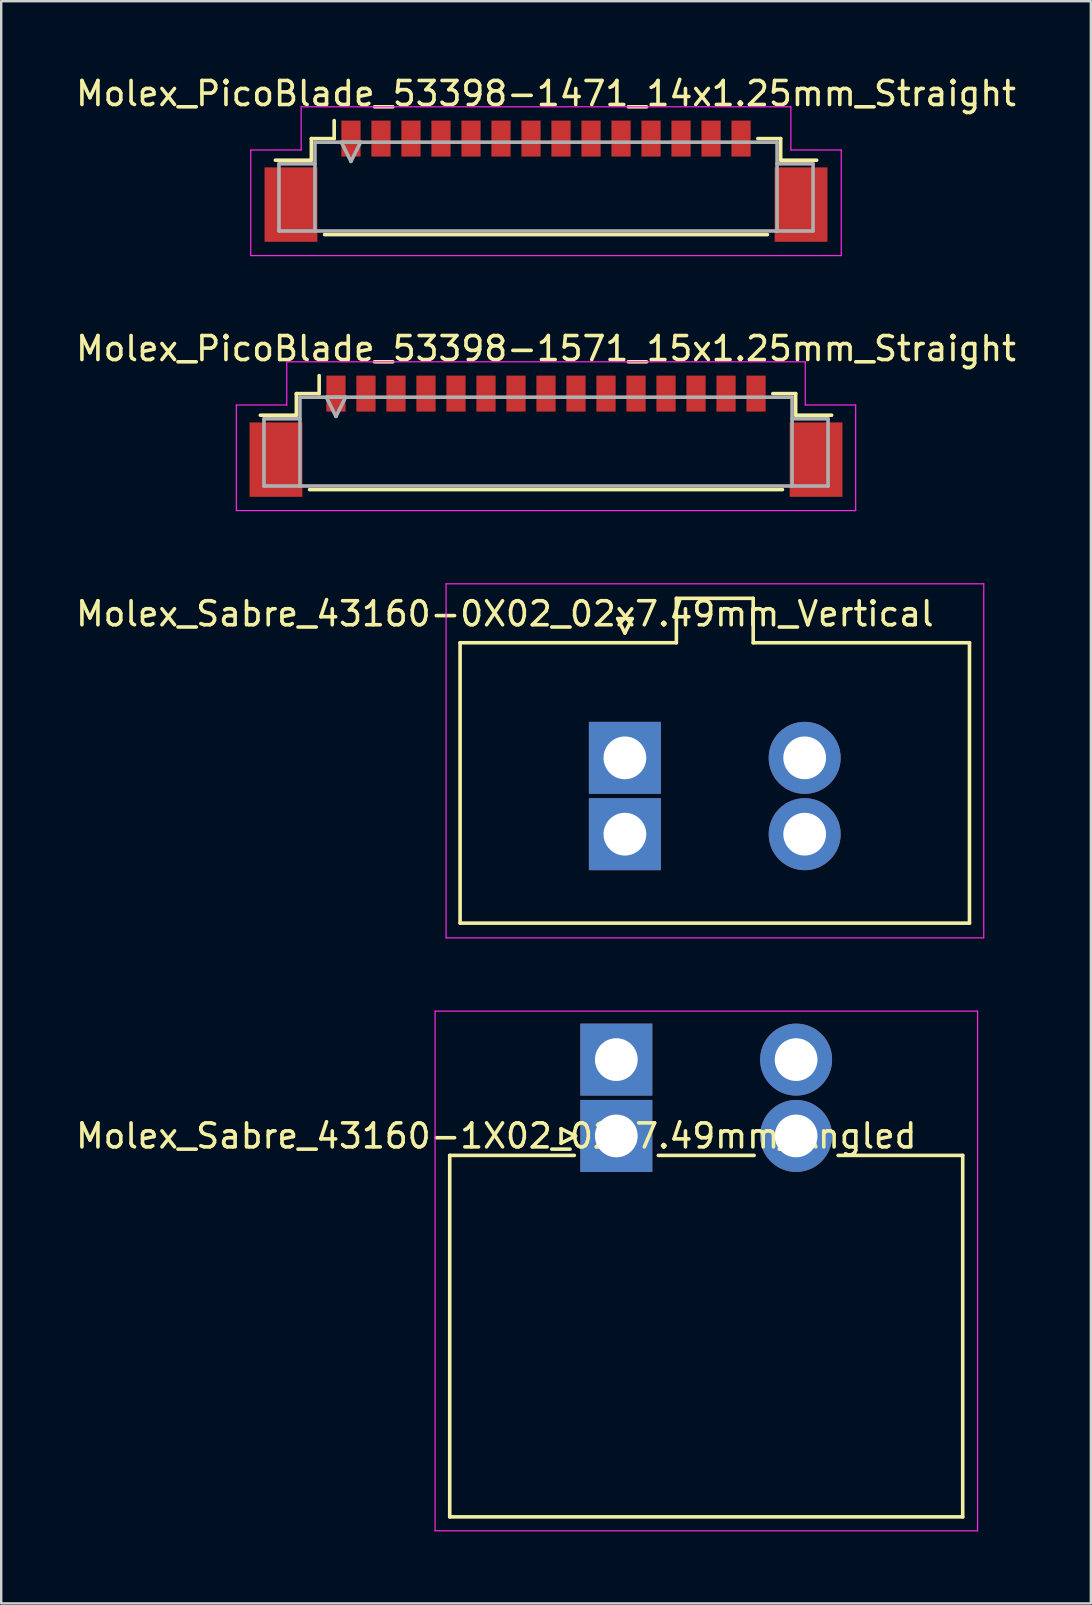
<source format=kicad_pcb>
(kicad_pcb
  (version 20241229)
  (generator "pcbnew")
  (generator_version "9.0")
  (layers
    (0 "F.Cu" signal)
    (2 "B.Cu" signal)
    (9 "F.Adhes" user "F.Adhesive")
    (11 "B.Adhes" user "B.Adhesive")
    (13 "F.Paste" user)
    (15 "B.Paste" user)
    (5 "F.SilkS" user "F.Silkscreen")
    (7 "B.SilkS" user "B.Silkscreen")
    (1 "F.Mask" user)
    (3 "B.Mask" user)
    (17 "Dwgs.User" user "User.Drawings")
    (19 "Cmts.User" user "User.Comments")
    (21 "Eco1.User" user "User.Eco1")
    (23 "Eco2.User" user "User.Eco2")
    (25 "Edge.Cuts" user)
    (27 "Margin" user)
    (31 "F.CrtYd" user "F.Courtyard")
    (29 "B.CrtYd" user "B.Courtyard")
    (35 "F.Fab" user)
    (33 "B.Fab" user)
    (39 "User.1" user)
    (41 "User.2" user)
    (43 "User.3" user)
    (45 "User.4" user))
  (footprint "Molex_Sabre_43160-1X02_02x7.49mm_Angled"
    (layer "F.Cu")
    (at 22.625 44.272)
    (property "Reference" "Molex_Sabre_43160-1X02_02x7.49mm_Angled" (at -5 0 0) (layer "F.SilkS") (effects (font (size 1 1) (thickness 0.15))))
    (attr through_hole)
    (fp_line (start -6.94 0.81) (end -6.94 15.87) (stroke (width 0.15) (type solid)) (layer "F.SilkS"))
    (fp_line (start -6.94 0.81) (end -1.75 0.81) (stroke (width 0.15) (type solid)) (layer "F.SilkS"))
    (fp_line (start -6.94 15.87) (end 14.43 15.87) (stroke (width 0.15) (type solid)) (layer "F.SilkS"))
    (fp_line (start -2.3 -0.3) (end -1.7 0) (stroke (width 0.15) (type solid)) (layer "F.SilkS"))
    (fp_line (start -2.3 0.3) (end -2.3 -0.3) (stroke (width 0.15) (type solid)) (layer "F.SilkS"))
    (fp_line (start -1.7 0) (end -2.3 0.3) (stroke (width 0.15) (type solid)) (layer "F.SilkS"))
    (fp_line (start 1.75 0.81) (end 5.74 0.81) (stroke (width 0.15) (type solid)) (layer "F.SilkS"))
    (fp_line (start 9.24 0.81) (end 14.43 0.81) (stroke (width 0.15) (type solid)) (layer "F.SilkS"))
    (fp_line (start 14.43 15.87) (end 14.43 0.81) (stroke (width 0.15) (type solid)) (layer "F.SilkS"))
    (fp_line (start -7.55 -5.2) (end -7.55 16.45) (stroke (width 0.05) (type solid)) (layer "F.CrtYd"))
    (fp_line (start -7.55 16.45) (end 15.05 16.45) (stroke (width 0.05) (type solid)) (layer "F.CrtYd"))
    (fp_line (start 15.05 -5.2) (end -7.55 -5.2) (stroke (width 0.05) (type solid)) (layer "F.CrtYd"))
    (fp_line (start 15.05 16.45) (end 15.05 -5.2) (stroke (width 0.05) (type solid)) (layer "F.CrtYd"))
    (pad "1" thru_hole rect (at 0 -3.18) (size 3 3) (drill 1.78) (layers "*.Cu" "*.Mask"))
    (pad "1" thru_hole rect (at 0 0) (size 3 3) (drill 1.78) (layers "*.Cu" "*.Mask"))
    (pad "2" thru_hole circle (at 7.49 -3.18) (size 3 3) (drill 1.78) (layers "*.Cu" "*.Mask"))
    (pad "2" thru_hole circle (at 7.49 0) (size 3 3) (drill 1.78) (layers "*.Cu" "*.Mask")))
  (footprint "Molex_Sabre_43160-0X02_02x7.49mm_Vertical"
    (layer "F.Cu")
    (at 22.982 28.521)
    (property "Reference" "Molex_Sabre_43160-0X02_02x7.49mm_Vertical" (at -5 -6 0) (layer "F.SilkS") (effects (font (size 1 1) (thickness 0.15))))
    (attr through_hole)
    (fp_line (start -6.865 -4.795) (end 2.145 -4.795) (stroke (width 0.15) (type solid)) (layer "F.SilkS"))
    (fp_line (start -6.865 6.885) (end -6.865 -4.795) (stroke (width 0.15) (type solid)) (layer "F.SilkS"))
    (fp_line (start -0.3 -5.8) (end 0 -5.2) (stroke (width 0.15) (type solid)) (layer "F.SilkS"))
    (fp_line (start 0 -5.2) (end 0.3 -5.8) (stroke (width 0.15) (type solid)) (layer "F.SilkS"))
    (fp_line (start 0.3 -5.8) (end -0.3 -5.8) (stroke (width 0.15) (type solid)) (layer "F.SilkS"))
    (fp_line (start 2.145 -6.645) (end 5.345 -6.645) (stroke (width 0.15) (type solid)) (layer "F.SilkS"))
    (fp_line (start 2.145 -4.795) (end 2.145 -6.645) (stroke (width 0.15) (type solid)) (layer "F.SilkS"))
    (fp_line (start 5.345 -6.645) (end 5.345 -4.795) (stroke (width 0.15) (type solid)) (layer "F.SilkS"))
    (fp_line (start 5.345 -4.795) (end 14.355 -4.795) (stroke (width 0.15) (type solid)) (layer "F.SilkS"))
    (fp_line (start 14.355 -4.795) (end 14.355 6.885) (stroke (width 0.15) (type solid)) (layer "F.SilkS"))
    (fp_line (start 14.355 6.885) (end -6.865 6.885) (stroke (width 0.15) (type solid)) (layer "F.SilkS"))
    (fp_line (start -7.45 -7.25) (end -7.45 7.5) (stroke (width 0.05) (type solid)) (layer "F.CrtYd"))
    (fp_line (start -7.45 7.5) (end 14.95 7.5) (stroke (width 0.05) (type solid)) (layer "F.CrtYd"))
    (fp_line (start 14.95 -7.25) (end -7.45 -7.25) (stroke (width 0.05) (type solid)) (layer "F.CrtYd"))
    (fp_line (start 14.95 7.5) (end 14.95 -7.25) (stroke (width 0.05) (type solid)) (layer "F.CrtYd"))
    (pad "1" thru_hole rect (at 0 0) (size 3 3) (drill 1.78) (layers "*.Cu" "*.Mask"))
    (pad "1" thru_hole rect (at 0 3.18) (size 3 3) (drill 1.78) (layers "*.Cu" "*.Mask"))
    (pad "2" thru_hole circle (at 7.49 0) (size 3 3) (drill 1.78) (layers "*.Cu" "*.Mask"))
    (pad "2" thru_hole circle (at 7.49 3.18) (size 3 3) (drill 1.78) (layers "*.Cu" "*.Mask")))
  (footprint "Molex_PicoBlade_53398-1571_15x1.25mm_Straight"
    (layer "F.Cu")
    (at 19.696 14.722)
    (property "Reference" "Molex_PicoBlade_53398-1571_15x1.25mm_Straight" (at 0 -3.25 0) (layer "F.SilkS") (effects (font (size 1 1) (thickness 0.15))))
    (attr smd)
    (fp_line (start -10.4 -1.375) (end -10.4 -0.475) (stroke (width 0.15) (type solid)) (layer "F.SilkS"))
    (fp_line (start -10.4 -0.475) (end -11.9 -0.475) (stroke (width 0.15) (type solid)) (layer "F.SilkS"))
    (fp_line (start -9.85 2.625) (end 9.85 2.625) (stroke (width 0.15) (type solid)) (layer "F.SilkS"))
    (fp_line (start -9.45 -1.375) (end -10.4 -1.375) (stroke (width 0.15) (type solid)) (layer "F.SilkS"))
    (fp_line (start -9.45 -1.375) (end -9.45 -2.125) (stroke (width 0.15) (type solid)) (layer "F.SilkS"))
    (fp_line (start 9.45 -1.375) (end 10.4 -1.375) (stroke (width 0.15) (type solid)) (layer "F.SilkS"))
    (fp_line (start 10.4 -1.375) (end 10.4 -0.475) (stroke (width 0.15) (type solid)) (layer "F.SilkS"))
    (fp_line (start 10.4 -0.475) (end 11.9 -0.475) (stroke (width 0.15) (type solid)) (layer "F.SilkS"))
    (fp_line (start -12.9 -0.9) (end -12.9 3.5) (stroke (width 0.05) (type solid)) (layer "F.CrtYd"))
    (fp_line (start -12.9 3.5) (end 0 3.5) (stroke (width 0.05) (type solid)) (layer "F.CrtYd"))
    (fp_line (start -10.8 -2.7) (end -10.8 -0.9) (stroke (width 0.05) (type solid)) (layer "F.CrtYd"))
    (fp_line (start -10.8 -0.9) (end -12.9 -0.9) (stroke (width 0.05) (type solid)) (layer "F.CrtYd"))
    (fp_line (start 0 -2.7) (end -10.8 -2.7) (stroke (width 0.05) (type solid)) (layer "F.CrtYd"))
    (fp_line (start 0 -2.7) (end 10.8 -2.7) (stroke (width 0.05) (type solid)) (layer "F.CrtYd"))
    (fp_line (start 10.8 -2.7) (end 10.8 -0.9) (stroke (width 0.05) (type solid)) (layer "F.CrtYd"))
    (fp_line (start 10.8 -0.9) (end 12.9 -0.9) (stroke (width 0.05) (type solid)) (layer "F.CrtYd"))
    (fp_line (start 12.9 -0.9) (end 12.9 3.5) (stroke (width 0.05) (type solid)) (layer "F.CrtYd"))
    (fp_line (start 12.9 3.5) (end 0 3.5) (stroke (width 0.05) (type solid)) (layer "F.CrtYd"))
    (fp_line (start -11.75 -0.325) (end -10.25 -0.325) (stroke (width 0.15) (type solid)) (layer "F.Fab"))
    (fp_line (start -11.75 2.475) (end -11.75 -0.325) (stroke (width 0.15) (type solid)) (layer "F.Fab"))
    (fp_line (start -10.25 -1.225) (end -10.25 2.475) (stroke (width 0.15) (type solid)) (layer "F.Fab"))
    (fp_line (start -10.25 2.475) (end -11.75 2.475) (stroke (width 0.15) (type solid)) (layer "F.Fab"))
    (fp_line (start -10.25 2.475) (end 10.25 2.475) (stroke (width 0.15) (type solid)) (layer "F.Fab"))
    (fp_line (start -9.15 -1.225) (end -8.75 -0.425) (stroke (width 0.15) (type solid)) (layer "F.Fab"))
    (fp_line (start -8.75 -0.425) (end -8.35 -1.225) (stroke (width 0.15) (type solid)) (layer "F.Fab"))
    (fp_line (start -8.35 -1.225) (end -9.15 -1.225) (stroke (width 0.15) (type solid)) (layer "F.Fab"))
    (fp_line (start 10.25 -1.225) (end -10.25 -1.225) (stroke (width 0.15) (type solid)) (layer "F.Fab"))
    (fp_line (start 10.25 2.475) (end 10.25 -1.225) (stroke (width 0.15) (type solid)) (layer "F.Fab"))
    (fp_line (start 10.25 2.475) (end 11.75 2.475) (stroke (width 0.15) (type solid)) (layer "F.Fab"))
    (fp_line (start 11.75 -0.325) (end 10.25 -0.325) (stroke (width 0.15) (type solid)) (layer "F.Fab"))
    (fp_line (start 11.75 2.475) (end 11.75 -0.325) (stroke (width 0.15) (type solid)) (layer "F.Fab"))
    (pad "" smd rect (at -11.25 1.375) (size 2.2 3.1) (layers "F.Cu" "F.Mask" "F.Paste"))
    (pad "" smd rect (at 11.25 1.375) (size 2.2 3.1) (layers "F.Cu" "F.Mask" "F.Paste"))
    (pad "1" smd rect (at -8.75 -1.375) (size 0.8 1.5) (layers "F.Cu" "F.Mask" "F.Paste"))
    (pad "2" smd rect (at -7.5 -1.375) (size 0.8 1.5) (layers "F.Cu" "F.Mask" "F.Paste"))
    (pad "3" smd rect (at -6.25 -1.375) (size 0.8 1.5) (layers "F.Cu" "F.Mask" "F.Paste"))
    (pad "4" smd rect (at -5 -1.375) (size 0.8 1.5) (layers "F.Cu" "F.Mask" "F.Paste"))
    (pad "5" smd rect (at -3.75 -1.375) (size 0.8 1.5) (layers "F.Cu" "F.Mask" "F.Paste"))
    (pad "6" smd rect (at -2.5 -1.375) (size 0.8 1.5) (layers "F.Cu" "F.Mask" "F.Paste"))
    (pad "7" smd rect (at -1.25 -1.375) (size 0.8 1.5) (layers "F.Cu" "F.Mask" "F.Paste"))
    (pad "8" smd rect (at 0 -1.375) (size 0.8 1.5) (layers "F.Cu" "F.Mask" "F.Paste"))
    (pad "9" smd rect (at 1.25 -1.375) (size 0.8 1.5) (layers "F.Cu" "F.Mask" "F.Paste"))
    (pad "10" smd rect (at 2.5 -1.375) (size 0.8 1.5) (layers "F.Cu" "F.Mask" "F.Paste"))
    (pad "11" smd rect (at 3.75 -1.375) (size 0.8 1.5) (layers "F.Cu" "F.Mask" "F.Paste"))
    (pad "12" smd rect (at 5 -1.375) (size 0.8 1.5) (layers "F.Cu" "F.Mask" "F.Paste"))
    (pad "13" smd rect (at 6.25 -1.375) (size 0.8 1.5) (layers "F.Cu" "F.Mask" "F.Paste"))
    (pad "14" smd rect (at 7.5 -1.375) (size 0.8 1.5) (layers "F.Cu" "F.Mask" "F.Paste"))
    (pad "15" smd rect (at 8.75 -1.375) (size 0.8 1.5) (layers "F.Cu" "F.Mask" "F.Paste")))
  (footprint "Molex_PicoBlade_53398-1471_14x1.25mm_Straight"
    (layer "F.Cu")
    (at 19.696 4.098)
    (property "Reference" "Molex_PicoBlade_53398-1471_14x1.25mm_Straight" (at 0 -3.25 0) (layer "F.SilkS") (effects (font (size 1 1) (thickness 0.15))))
    (attr smd)
    (fp_line (start -9.775 -1.375) (end -9.775 -0.475) (stroke (width 0.15) (type solid)) (layer "F.SilkS"))
    (fp_line (start -9.775 -0.475) (end -11.275 -0.475) (stroke (width 0.15) (type solid)) (layer "F.SilkS"))
    (fp_line (start -9.225 2.625) (end 9.225 2.625) (stroke (width 0.15) (type solid)) (layer "F.SilkS"))
    (fp_line (start -8.825 -1.375) (end -9.775 -1.375) (stroke (width 0.15) (type solid)) (layer "F.SilkS"))
    (fp_line (start -8.825 -1.375) (end -8.825 -2.125) (stroke (width 0.15) (type solid)) (layer "F.SilkS"))
    (fp_line (start 8.825 -1.375) (end 9.775 -1.375) (stroke (width 0.15) (type solid)) (layer "F.SilkS"))
    (fp_line (start 9.775 -1.375) (end 9.775 -0.475) (stroke (width 0.15) (type solid)) (layer "F.SilkS"))
    (fp_line (start 9.775 -0.475) (end 11.275 -0.475) (stroke (width 0.15) (type solid)) (layer "F.SilkS"))
    (fp_line (start -12.3 -0.9) (end -12.3 3.5) (stroke (width 0.05) (type solid)) (layer "F.CrtYd"))
    (fp_line (start -12.3 3.5) (end 0 3.5) (stroke (width 0.05) (type solid)) (layer "F.CrtYd"))
    (fp_line (start -10.2 -2.7) (end -10.2 -0.9) (stroke (width 0.05) (type solid)) (layer "F.CrtYd"))
    (fp_line (start -10.2 -0.9) (end -12.3 -0.9) (stroke (width 0.05) (type solid)) (layer "F.CrtYd"))
    (fp_line (start 0 -2.7) (end -10.2 -2.7) (stroke (width 0.05) (type solid)) (layer "F.CrtYd"))
    (fp_line (start 0 -2.7) (end 10.2 -2.7) (stroke (width 0.05) (type solid)) (layer "F.CrtYd"))
    (fp_line (start 10.2 -2.7) (end 10.2 -0.9) (stroke (width 0.05) (type solid)) (layer "F.CrtYd"))
    (fp_line (start 10.2 -0.9) (end 12.3 -0.9) (stroke (width 0.05) (type solid)) (layer "F.CrtYd"))
    (fp_line (start 12.3 -0.9) (end 12.3 3.5) (stroke (width 0.05) (type solid)) (layer "F.CrtYd"))
    (fp_line (start 12.3 3.5) (end 0 3.5) (stroke (width 0.05) (type solid)) (layer "F.CrtYd"))
    (fp_line (start -11.125 -0.325) (end -9.625 -0.325) (stroke (width 0.15) (type solid)) (layer "F.Fab"))
    (fp_line (start -11.125 2.475) (end -11.125 -0.325) (stroke (width 0.15) (type solid)) (layer "F.Fab"))
    (fp_line (start -9.625 -1.225) (end -9.625 2.475) (stroke (width 0.15) (type solid)) (layer "F.Fab"))
    (fp_line (start -9.625 2.475) (end -11.125 2.475) (stroke (width 0.15) (type solid)) (layer "F.Fab"))
    (fp_line (start -9.625 2.475) (end 9.625 2.475) (stroke (width 0.15) (type solid)) (layer "F.Fab"))
    (fp_line (start -8.525 -1.225) (end -8.125 -0.425) (stroke (width 0.15) (type solid)) (layer "F.Fab"))
    (fp_line (start -8.125 -0.425) (end -7.725 -1.225) (stroke (width 0.15) (type solid)) (layer "F.Fab"))
    (fp_line (start -7.725 -1.225) (end -8.525 -1.225) (stroke (width 0.15) (type solid)) (layer "F.Fab"))
    (fp_line (start 9.625 -1.225) (end -9.625 -1.225) (stroke (width 0.15) (type solid)) (layer "F.Fab"))
    (fp_line (start 9.625 2.475) (end 9.625 -1.225) (stroke (width 0.15) (type solid)) (layer "F.Fab"))
    (fp_line (start 9.625 2.475) (end 11.125 2.475) (stroke (width 0.15) (type solid)) (layer "F.Fab"))
    (fp_line (start 11.125 -0.325) (end 9.625 -0.325) (stroke (width 0.15) (type solid)) (layer "F.Fab"))
    (fp_line (start 11.125 2.475) (end 11.125 -0.325) (stroke (width 0.15) (type solid)) (layer "F.Fab"))
    (pad "" smd rect (at -10.625 1.375) (size 2.2 3.1) (layers "F.Cu" "F.Mask" "F.Paste"))
    (pad "" smd rect (at 10.625 1.375) (size 2.2 3.1) (layers "F.Cu" "F.Mask" "F.Paste"))
    (pad "1" smd rect (at -8.125 -1.375) (size 0.8 1.5) (layers "F.Cu" "F.Mask" "F.Paste"))
    (pad "2" smd rect (at -6.875 -1.375) (size 0.8 1.5) (layers "F.Cu" "F.Mask" "F.Paste"))
    (pad "3" smd rect (at -5.625 -1.375) (size 0.8 1.5) (layers "F.Cu" "F.Mask" "F.Paste"))
    (pad "4" smd rect (at -4.375 -1.375) (size 0.8 1.5) (layers "F.Cu" "F.Mask" "F.Paste"))
    (pad "5" smd rect (at -3.125 -1.375) (size 0.8 1.5) (layers "F.Cu" "F.Mask" "F.Paste"))
    (pad "6" smd rect (at -1.875 -1.375) (size 0.8 1.5) (layers "F.Cu" "F.Mask" "F.Paste"))
    (pad "7" smd rect (at -0.625 -1.375) (size 0.8 1.5) (layers "F.Cu" "F.Mask" "F.Paste"))
    (pad "8" smd rect (at 0.625 -1.375) (size 0.8 1.5) (layers "F.Cu" "F.Mask" "F.Paste"))
    (pad "9" smd rect (at 1.875 -1.375) (size 0.8 1.5) (layers "F.Cu" "F.Mask" "F.Paste"))
    (pad "10" smd rect (at 3.125 -1.375) (size 0.8 1.5) (layers "F.Cu" "F.Mask" "F.Paste"))
    (pad "11" smd rect (at 4.375 -1.375) (size 0.8 1.5) (layers "F.Cu" "F.Mask" "F.Paste"))
    (pad "12" smd rect (at 5.625 -1.375) (size 0.8 1.5) (layers "F.Cu" "F.Mask" "F.Paste"))
    (pad "13" smd rect (at 6.875 -1.375) (size 0.8 1.5) (layers "F.Cu" "F.Mask" "F.Paste"))
    (pad "14" smd rect (at 8.125 -1.375) (size 0.8 1.5) (layers "F.Cu" "F.Mask" "F.Paste")))
  (gr_rect
    (start -3 -3)
    (end 42.393 63.746)
    (stroke (width 0.1) (type default))
    (fill no)
    (layer "Edge.Cuts")))
</source>
